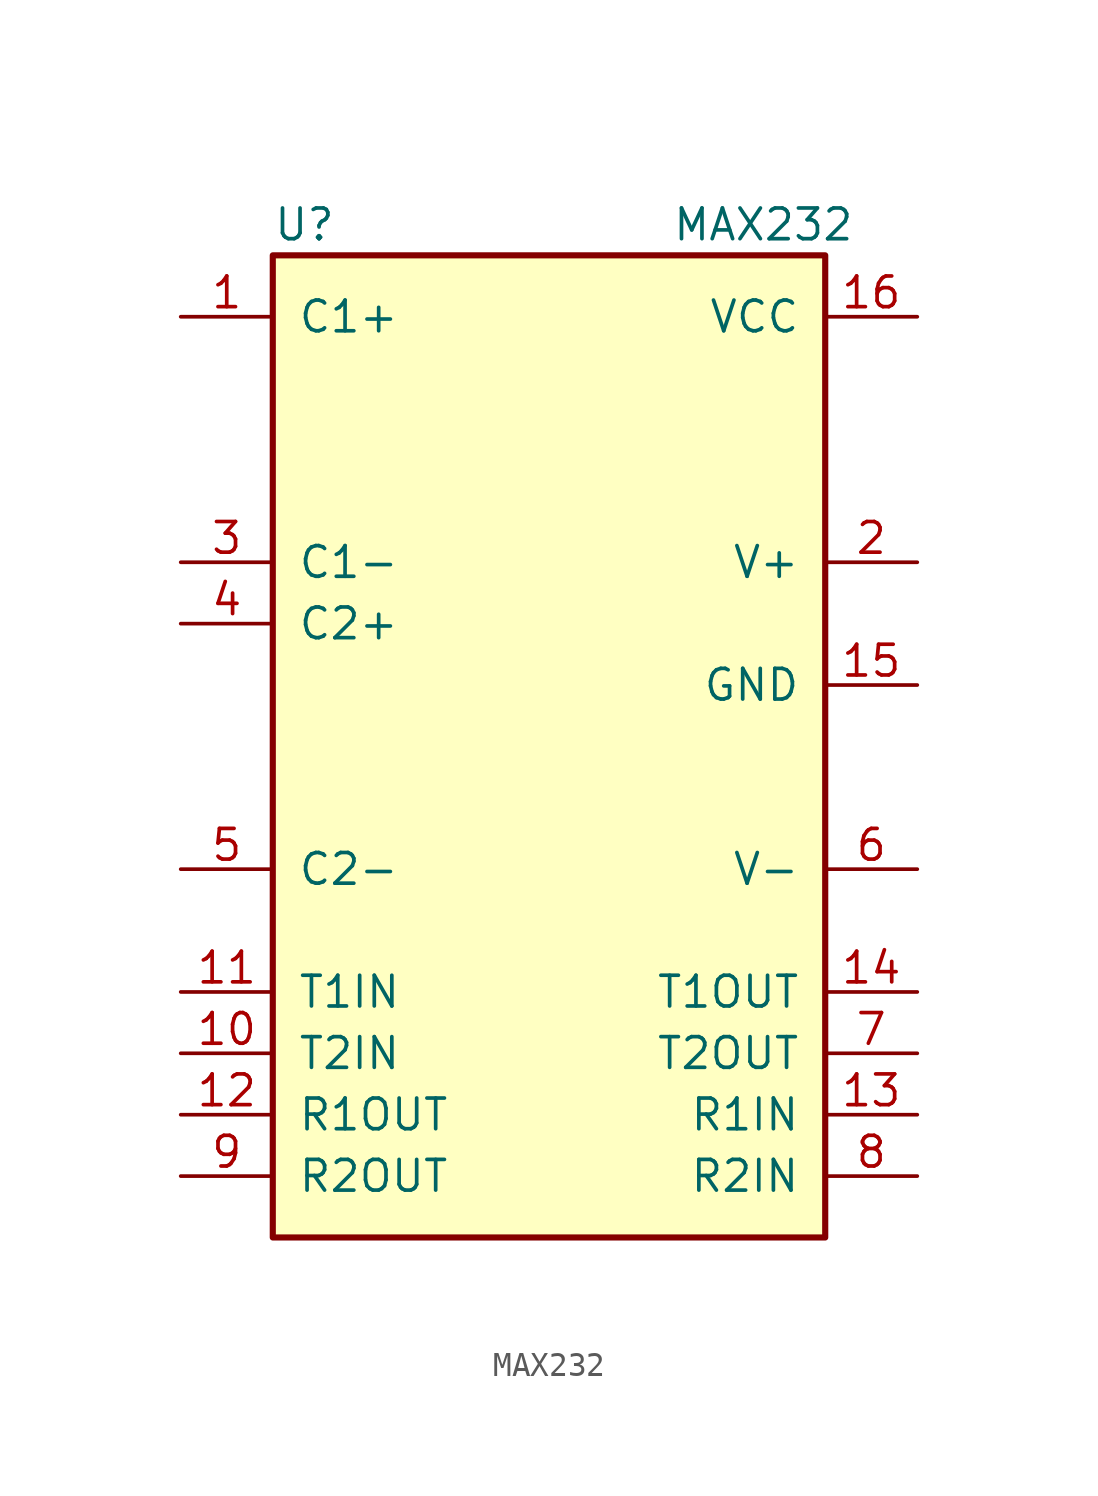
<source format=kicad_sym>
(kicad_symbol_lib
  (version 20231120)
  (generator "kicad_symbol_editor")
  (generator_version "8.0")
  (symbol "MAX232"
    (pin_names
      (offset 1.016))
    (property "Reference" "U"
      (at -11.43 21.59 0)
      (effects (font (size 1.27 1.27)) (justify left)))
    (property "Value" "MAX232"
      (at 5.08 21.59 0)
      (effects (font (size 1.27 1.27)) (justify left)))
    (property "Footprint" ""
      (at 0 0 0)
      (effects (font (size 1.27 1.27))))
    (property "Datasheet" ""
      (at 0 0 0)
      (effects (font (size 1.27 1.27))))
    (symbol "MAX232_0_1"
      (rectangle (start -11.43 -20.32) (end 11.43 20.32) (stroke (width 0.254) (type solid)) (fill (type background))))
    (symbol "MAX232_1_1"
      (pin passive line (at -15.24 17.78 0) (length 3.81) (name "C1+" (effects (font (size 1.27 1.27)))) (number "1" (effects (font (size 1.27 1.27)))))
      (pin input line (at -15.24 -12.7 0) (length 3.81) (name "T2IN" (effects (font (size 1.27 1.27)))) (number "10" (effects (font (size 1.27 1.27)))))
      (pin input line (at -15.24 -10.16 0) (length 3.81) (name "T1IN" (effects (font (size 1.27 1.27)))) (number "11" (effects (font (size 1.27 1.27)))))
      (pin output line (at -15.24 -15.24 0) (length 3.81) (name "R1OUT" (effects (font (size 1.27 1.27)))) (number "12" (effects (font (size 1.27 1.27)))))
      (pin input line (at 15.24 -15.24 180) (length 3.81) (name "R1IN" (effects (font (size 1.27 1.27)))) (number "13" (effects (font (size 1.27 1.27)))))
      (pin output line (at 15.24 -10.16 180) (length 3.81) (name "T1OUT" (effects (font (size 1.27 1.27)))) (number "14" (effects (font (size 1.27 1.27)))))
      (pin power_in line (at 15.24 2.54 180) (length 3.81) (name "GND" (effects (font (size 1.27 1.27)))) (number "15" (effects (font (size 1.27 1.27)))))
      (pin power_in line (at 15.24 17.78 180) (length 3.81) (name "VCC" (effects (font (size 1.27 1.27)))) (number "16" (effects (font (size 1.27 1.27)))))
      (pin power_in line (at 15.24 7.62 180) (length 3.81) (name "V+" (effects (font (size 1.27 1.27)))) (number "2" (effects (font (size 1.27 1.27)))))
      (pin passive line (at -15.24 7.62 0) (length 3.81) (name "C1-" (effects (font (size 1.27 1.27)))) (number "3" (effects (font (size 1.27 1.27)))))
      (pin passive line (at -15.24 5.08 0) (length 3.81) (name "C2+" (effects (font (size 1.27 1.27)))) (number "4" (effects (font (size 1.27 1.27)))))
      (pin passive line (at -15.24 -5.08 0) (length 3.81) (name "C2-" (effects (font (size 1.27 1.27)))) (number "5" (effects (font (size 1.27 1.27)))))
      (pin power_in line (at 15.24 -5.08 180) (length 3.81) (name "V-" (effects (font (size 1.27 1.27)))) (number "6" (effects (font (size 1.27 1.27)))))
      (pin output line (at 15.24 -12.7 180) (length 3.81) (name "T2OUT" (effects (font (size 1.27 1.27)))) (number "7" (effects (font (size 1.27 1.27)))))
      (pin input line (at 15.24 -17.78 180) (length 3.81) (name "R2IN" (effects (font (size 1.27 1.27)))) (number "8" (effects (font (size 1.27 1.27)))))
      (pin output line (at -15.24 -17.78 0) (length 3.81) (name "R2OUT" (effects (font (size 1.27 1.27)))) (number "9" (effects (font (size 1.27 1.27))))))))
</source>
